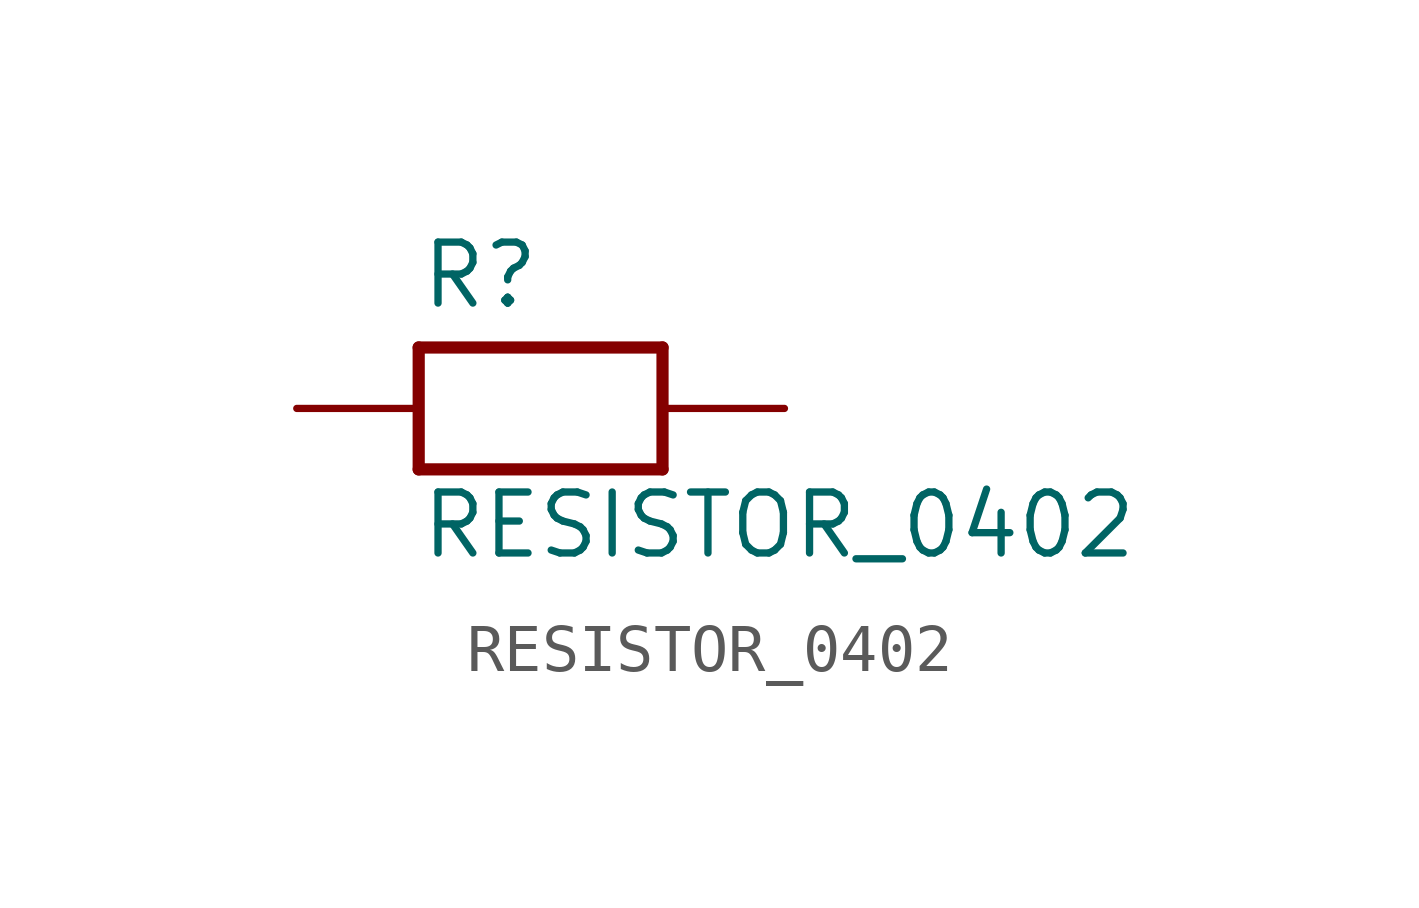
<source format=kicad_sym>
(kicad_symbol_lib
  (version 20211014)
  (generator kicad_symbol_editor)
  (symbol "RESISTOR_0402"
    (property "Reference" "R"
      (at -2.54 2.032 0)
      (effects (font (size 1.27 1.27)) (justify left bottom)))
    (property "Value" "RESISTOR_0402"
      (at -2.54 -3.175 0)
      (effects (font (size 1.27 1.27)) (justify left bottom)))
    (property "ki_locked" ""
      (at 0 0 0)
      (effects (font (size 1.27 1.27))))
    (symbol "RESISTOR_0402_1_0"
      (polyline (pts (xy -2.54 -1.27) (xy -2.54 1.27)) (stroke (width 0.254) (type default) (color 0 0 0 0)) (fill (type none)))
      (polyline (pts (xy -2.54 1.27) (xy 2.54 1.27)) (stroke (width 0.254) (type default) (color 0 0 0 0)) (fill (type none)))
      (polyline (pts (xy 2.54 -1.27) (xy -2.54 -1.27)) (stroke (width 0.254) (type default) (color 0 0 0 0)) (fill (type none)))
      (polyline (pts (xy 2.54 1.27) (xy 2.54 -1.27)) (stroke (width 0.254) (type default) (color 0 0 0 0)) (fill (type none)))
      (pin passive line (at -5.08 0 0) (length 2.54) (name "1" (effects (font (size 0 0)))) (number "1" (effects (font (size 0 0)))))
      (pin passive line (at 5.08 0 180) (length 2.54) (name "2" (effects (font (size 0 0)))) (number "2" (effects (font (size 0 0))))))))
</source>
